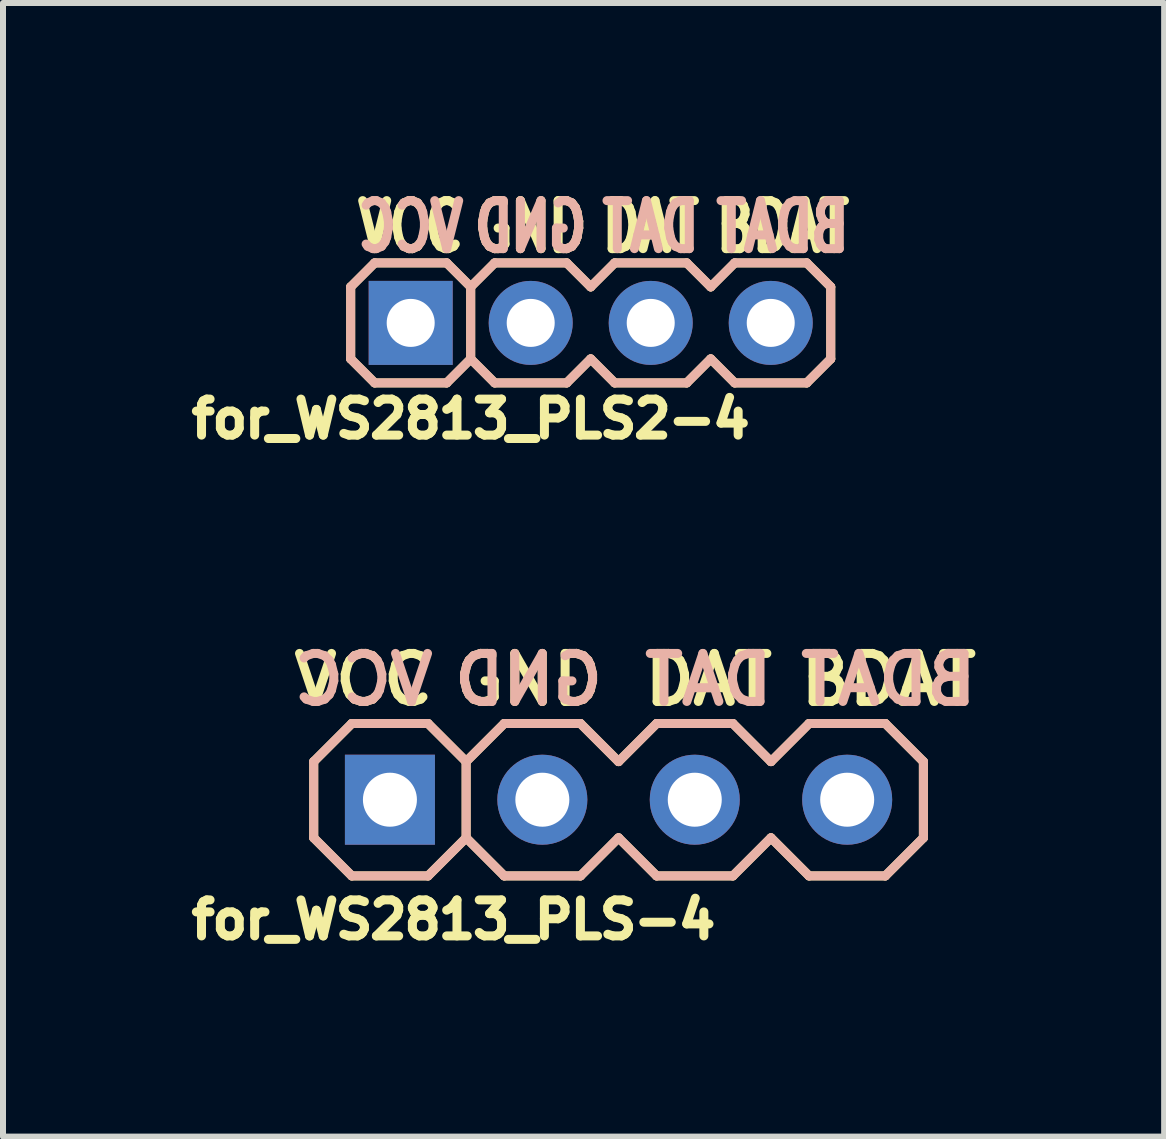
<source format=kicad_pcb>
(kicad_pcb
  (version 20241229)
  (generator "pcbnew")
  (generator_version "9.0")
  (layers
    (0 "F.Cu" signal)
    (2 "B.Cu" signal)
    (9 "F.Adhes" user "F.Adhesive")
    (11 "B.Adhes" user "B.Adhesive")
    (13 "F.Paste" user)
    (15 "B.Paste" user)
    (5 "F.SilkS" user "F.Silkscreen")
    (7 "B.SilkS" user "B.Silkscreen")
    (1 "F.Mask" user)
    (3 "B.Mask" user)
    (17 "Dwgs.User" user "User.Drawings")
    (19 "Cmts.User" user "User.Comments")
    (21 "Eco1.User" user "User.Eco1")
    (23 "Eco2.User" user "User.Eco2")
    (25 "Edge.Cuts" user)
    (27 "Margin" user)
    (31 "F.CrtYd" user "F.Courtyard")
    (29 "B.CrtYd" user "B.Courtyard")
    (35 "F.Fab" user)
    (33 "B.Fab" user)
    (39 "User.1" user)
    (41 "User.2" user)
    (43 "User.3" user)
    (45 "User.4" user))
  (footprint "for_WS2813_PLS2-4"
    (layer "F.Cu")
    (at 6.794 2.331)
    (property "Reference" "for_WS2813_PLS2-4" (at -2 1.6 0) (layer "F.SilkS") (effects (font (size 0.6 0.6) (thickness 0.15))))
    (attr through_hole)
    (fp_line (start -4 -0.6) (end -3.6 -1) (stroke (width 0.15) (type solid)) (layer "F.SilkS"))
    (fp_line (start -4 0.6) (end -4 -0.6) (stroke (width 0.15) (type solid)) (layer "F.SilkS"))
    (fp_line (start -3.6 -1) (end -2.4 -1) (stroke (width 0.15) (type solid)) (layer "F.SilkS"))
    (fp_line (start -3.6 1) (end -4 0.6) (stroke (width 0.15) (type solid)) (layer "F.SilkS"))
    (fp_line (start -2.4 1) (end -3.6 1) (stroke (width 0.15) (type solid)) (layer "F.SilkS"))
    (fp_line (start -2 -0.6) (end -2.4 -1) (stroke (width 0.15) (type solid)) (layer "F.SilkS"))
    (fp_line (start -2 -0.6) (end -1.6 -1) (stroke (width 0.15) (type solid)) (layer "F.SilkS"))
    (fp_line (start -2 0.6) (end -2.4 1) (stroke (width 0.15) (type solid)) (layer "F.SilkS"))
    (fp_line (start -2 0.6) (end -2 -0.6) (stroke (width 0.15) (type solid)) (layer "F.SilkS"))
    (fp_line (start -1.6 -1) (end -0.4 -1) (stroke (width 0.15) (type solid)) (layer "F.SilkS"))
    (fp_line (start -1.6 1) (end -2 0.6) (stroke (width 0.15) (type solid)) (layer "F.SilkS"))
    (fp_line (start -0.4 -1) (end 0 -0.6) (stroke (width 0.15) (type solid)) (layer "F.SilkS"))
    (fp_line (start -0.4 1) (end -1.6 1) (stroke (width 0.15) (type solid)) (layer "F.SilkS"))
    (fp_line (start 0 -0.6) (end 0.4 -1) (stroke (width 0.15) (type solid)) (layer "F.SilkS"))
    (fp_line (start 0 0.6) (end -0.4 1) (stroke (width 0.15) (type solid)) (layer "F.SilkS"))
    (fp_line (start 0.4 -1) (end 1.6 -1) (stroke (width 0.15) (type solid)) (layer "F.SilkS"))
    (fp_line (start 0.4 1) (end 0 0.6) (stroke (width 0.15) (type solid)) (layer "F.SilkS"))
    (fp_line (start 1.6 -1) (end 2 -0.6) (stroke (width 0.15) (type solid)) (layer "F.SilkS"))
    (fp_line (start 1.6 1) (end 0.4 1) (stroke (width 0.15) (type solid)) (layer "F.SilkS"))
    (fp_line (start 2 -0.6) (end 2.4 -1) (stroke (width 0.15) (type solid)) (layer "F.SilkS"))
    (fp_line (start 2 0.6) (end 1.6 1) (stroke (width 0.15) (type solid)) (layer "F.SilkS"))
    (fp_line (start 2.4 -1) (end 3.6 -1) (stroke (width 0.15) (type solid)) (layer "F.SilkS"))
    (fp_line (start 2.4 1) (end 2 0.6) (stroke (width 0.15) (type solid)) (layer "F.SilkS"))
    (fp_line (start 3.6 -1) (end 4 -0.6) (stroke (width 0.15) (type solid)) (layer "F.SilkS"))
    (fp_line (start 3.6 1) (end 2.4 1) (stroke (width 0.15) (type solid)) (layer "F.SilkS"))
    (fp_line (start 4 -0.6) (end 4 0.6) (stroke (width 0.15) (type solid)) (layer "F.SilkS"))
    (fp_line (start 4 0.6) (end 3.6 1) (stroke (width 0.15) (type solid)) (layer "F.SilkS"))
    (fp_line (start -4 -0.6) (end -3.6 -1) (stroke (width 0.15) (type solid)) (layer "B.SilkS"))
    (fp_line (start -4 0.6) (end -4 -0.6) (stroke (width 0.15) (type solid)) (layer "B.SilkS"))
    (fp_line (start -3.6 -1) (end -2.4 -1) (stroke (width 0.15) (type solid)) (layer "B.SilkS"))
    (fp_line (start -3.6 1) (end -4 0.6) (stroke (width 0.15) (type solid)) (layer "B.SilkS"))
    (fp_line (start -2.4 -1) (end -2 -0.6) (stroke (width 0.15) (type solid)) (layer "B.SilkS"))
    (fp_line (start -2.4 1) (end -3.6 1) (stroke (width 0.15) (type solid)) (layer "B.SilkS"))
    (fp_line (start -2 -0.6) (end -2 0.6) (stroke (width 0.15) (type solid)) (layer "B.SilkS"))
    (fp_line (start -2 0.6) (end -2.4 1) (stroke (width 0.15) (type solid)) (layer "B.SilkS"))
    (fp_line (start -2 0.6) (end -1.6 1) (stroke (width 0.15) (type solid)) (layer "B.SilkS"))
    (fp_line (start -1.6 -1) (end -2 -0.6) (stroke (width 0.15) (type solid)) (layer "B.SilkS"))
    (fp_line (start -1.6 1) (end -0.4 1) (stroke (width 0.15) (type solid)) (layer "B.SilkS"))
    (fp_line (start -0.4 -1) (end -1.6 -1) (stroke (width 0.15) (type solid)) (layer "B.SilkS"))
    (fp_line (start -0.4 1) (end 0 0.6) (stroke (width 0.15) (type solid)) (layer "B.SilkS"))
    (fp_line (start 0 -0.6) (end -0.4 -1) (stroke (width 0.15) (type solid)) (layer "B.SilkS"))
    (fp_line (start 0 0.6) (end 0.4 1) (stroke (width 0.15) (type solid)) (layer "B.SilkS"))
    (fp_line (start 0.4 -1) (end 0 -0.6) (stroke (width 0.15) (type solid)) (layer "B.SilkS"))
    (fp_line (start 0.4 1) (end 1.6 1) (stroke (width 0.15) (type solid)) (layer "B.SilkS"))
    (fp_line (start 1.6 -1) (end 0.4 -1) (stroke (width 0.15) (type solid)) (layer "B.SilkS"))
    (fp_line (start 1.6 1) (end 2 0.6) (stroke (width 0.15) (type solid)) (layer "B.SilkS"))
    (fp_line (start 2 -0.6) (end 1.6 -1) (stroke (width 0.15) (type solid)) (layer "B.SilkS"))
    (fp_line (start 2 0.6) (end 2.4 1) (stroke (width 0.15) (type solid)) (layer "B.SilkS"))
    (fp_line (start 2.4 -1) (end 2 -0.6) (stroke (width 0.15) (type solid)) (layer "B.SilkS"))
    (fp_line (start 2.4 1) (end 3.6 1) (stroke (width 0.15) (type solid)) (layer "B.SilkS"))
    (fp_line (start 3.6 -1) (end 2.4 -1) (stroke (width 0.15) (type solid)) (layer "B.SilkS"))
    (fp_line (start 3.6 1) (end 4 0.6) (stroke (width 0.15) (type solid)) (layer "B.SilkS"))
    (fp_line (start 4 -0.6) (end 3.6 -1) (stroke (width 0.15) (type solid)) (layer "B.SilkS"))
    (fp_line (start 4 0.6) (end 4 -0.6) (stroke (width 0.15) (type solid)) (layer "B.SilkS"))
    (fp_text user "VCC" (at -3 -1.6 0) (layer "F.SilkS") (effects (font (size 0.8 0.6) (thickness 0.15))))
    (fp_text user "DAT" (at 1 -1.6 0) (layer "F.SilkS") (effects (font (size 0.8 0.6) (thickness 0.15))))
    (fp_text user "BDAT" (at 3.2 -1.6 0) (layer "F.SilkS") (effects (font (size 0.8 0.6) (thickness 0.15))))
    (fp_text user "GND" (at -1 -1.6 0) (layer "F.SilkS") (effects (font (size 0.8 0.6) (thickness 0.15))))
    (fp_text user "GND" (at -1 -1.6 0) (layer "B.SilkS") (effects (font (size 0.8 0.6) (thickness 0.15)) (justify mirror)))
    (fp_text user "DAT" (at 1 -1.6 0) (layer "B.SilkS") (effects (font (size 0.8 0.6) (thickness 0.15)) (justify mirror)))
    (fp_text user "VCC" (at -3 -1.6 0) (layer "B.SilkS") (effects (font (size 0.8 0.6) (thickness 0.15)) (justify mirror)))
    (fp_text user "BDAT" (at 3.2 -1.6 0) (layer "B.SilkS") (effects (font (size 0.8 0.6) (thickness 0.15)) (justify mirror)))
    (pad "1" thru_hole rect (at -3 0) (size 1.4 1.4) (drill 0.8) (layers "*.Cu" "*.Mask"))
    (pad "2" thru_hole circle (at -1 0) (size 1.4 1.4) (drill 0.8) (layers "*.Cu" "*.Mask"))
    (pad "3" thru_hole circle (at 1 0) (size 1.4 1.4) (drill 0.8) (layers "*.Cu" "*.Mask"))
    (pad "4" thru_hole circle (at 3 0) (size 1.4 1.4) (drill 0.8) (layers "*.Cu" "*.Mask")))
  (footprint "for_WS2813_PLS-4"
    (layer "F.Cu")
    (at 7.258 10.277)
    (property "Reference" "for_WS2813_PLS-4" (at -2.75 2 0) (layer "F.SilkS") (effects (font (size 0.6 0.6) (thickness 0.15))))
    (attr through_hole)
    (fp_line (start -5.08 0.635) (end -5.08 -0.635) (stroke (width 0.15) (type solid)) (layer "F.SilkS"))
    (fp_line (start -4.445 -1.27) (end -5.08 -0.635) (stroke (width 0.15) (type solid)) (layer "F.SilkS"))
    (fp_line (start -4.445 1.27) (end -5.08 0.635) (stroke (width 0.15) (type solid)) (layer "F.SilkS"))
    (fp_line (start -3.175 -1.27) (end -4.445 -1.27) (stroke (width 0.15) (type solid)) (layer "F.SilkS"))
    (fp_line (start -3.175 1.27) (end -4.445 1.27) (stroke (width 0.15) (type solid)) (layer "F.SilkS"))
    (fp_line (start -2.54 -0.635) (end -3.175 -1.27) (stroke (width 0.15) (type solid)) (layer "F.SilkS"))
    (fp_line (start -2.54 -0.635) (end -2.54 0.635) (stroke (width 0.15) (type solid)) (layer "F.SilkS"))
    (fp_line (start -2.54 0.635) (end -3.175 1.27) (stroke (width 0.15) (type solid)) (layer "F.SilkS"))
    (fp_line (start -1.905 -1.27) (end -2.54 -0.635) (stroke (width 0.15) (type solid)) (layer "F.SilkS"))
    (fp_line (start -1.905 1.27) (end -2.54 0.635) (stroke (width 0.15) (type solid)) (layer "F.SilkS"))
    (fp_line (start -0.635 -1.27) (end -1.905 -1.27) (stroke (width 0.15) (type solid)) (layer "F.SilkS"))
    (fp_line (start -0.635 1.27) (end -1.905 1.27) (stroke (width 0.15) (type solid)) (layer "F.SilkS"))
    (fp_line (start 0 -0.635) (end -0.635 -1.27) (stroke (width 0.15) (type solid)) (layer "F.SilkS"))
    (fp_line (start 0 0.635) (end -0.635 1.27) (stroke (width 0.15) (type solid)) (layer "F.SilkS"))
    (fp_line (start 0.635 -1.27) (end 0 -0.635) (stroke (width 0.15) (type solid)) (layer "F.SilkS"))
    (fp_line (start 0.635 1.27) (end 0 0.635) (stroke (width 0.15) (type solid)) (layer "F.SilkS"))
    (fp_line (start 1.905 -1.27) (end 0.635 -1.27) (stroke (width 0.15) (type solid)) (layer "F.SilkS"))
    (fp_line (start 1.905 1.27) (end 0.635 1.27) (stroke (width 0.15) (type solid)) (layer "F.SilkS"))
    (fp_line (start 2.54 -0.635) (end 1.905 -1.27) (stroke (width 0.15) (type solid)) (layer "F.SilkS"))
    (fp_line (start 2.54 0.635) (end 1.905 1.27) (stroke (width 0.15) (type solid)) (layer "F.SilkS"))
    (fp_line (start 3.175 -1.27) (end 2.54 -0.635) (stroke (width 0.15) (type solid)) (layer "F.SilkS"))
    (fp_line (start 3.175 1.27) (end 2.54 0.635) (stroke (width 0.15) (type solid)) (layer "F.SilkS"))
    (fp_line (start 4.445 -1.27) (end 3.175 -1.27) (stroke (width 0.15) (type solid)) (layer "F.SilkS"))
    (fp_line (start 4.445 1.27) (end 3.175 1.27) (stroke (width 0.15) (type solid)) (layer "F.SilkS"))
    (fp_line (start 5.08 -0.635) (end 4.445 -1.27) (stroke (width 0.15) (type solid)) (layer "F.SilkS"))
    (fp_line (start 5.08 -0.635) (end 5.08 0.635) (stroke (width 0.15) (type solid)) (layer "F.SilkS"))
    (fp_line (start 5.08 0.635) (end 4.445 1.27) (stroke (width 0.15) (type solid)) (layer "F.SilkS"))
    (fp_line (start -5.08 -0.635) (end -4.445 -1.27) (stroke (width 0.15) (type solid)) (layer "B.SilkS"))
    (fp_line (start -5.08 0.635) (end -5.08 -0.635) (stroke (width 0.15) (type solid)) (layer "B.SilkS"))
    (fp_line (start -4.445 -1.27) (end -3.175 -1.27) (stroke (width 0.15) (type solid)) (layer "B.SilkS"))
    (fp_line (start -4.445 1.27) (end -5.08 0.635) (stroke (width 0.15) (type solid)) (layer "B.SilkS"))
    (fp_line (start -3.175 -1.27) (end -2.54 -0.635) (stroke (width 0.15) (type solid)) (layer "B.SilkS"))
    (fp_line (start -3.175 1.27) (end -4.445 1.27) (stroke (width 0.15) (type solid)) (layer "B.SilkS"))
    (fp_line (start -2.54 -0.635) (end -2.54 0.635) (stroke (width 0.15) (type solid)) (layer "B.SilkS"))
    (fp_line (start -2.54 0.635) (end -3.175 1.27) (stroke (width 0.15) (type solid)) (layer "B.SilkS"))
    (fp_line (start -2.54 0.635) (end -1.905 1.27) (stroke (width 0.15) (type solid)) (layer "B.SilkS"))
    (fp_line (start -1.905 -1.27) (end -2.54 -0.635) (stroke (width 0.15) (type solid)) (layer "B.SilkS"))
    (fp_line (start -1.905 1.27) (end -0.635 1.27) (stroke (width 0.15) (type solid)) (layer "B.SilkS"))
    (fp_line (start -0.635 -1.27) (end -1.905 -1.27) (stroke (width 0.15) (type solid)) (layer "B.SilkS"))
    (fp_line (start -0.635 1.27) (end 0 0.635) (stroke (width 0.15) (type solid)) (layer "B.SilkS"))
    (fp_line (start 0 -0.635) (end -0.635 -1.27) (stroke (width 0.15) (type solid)) (layer "B.SilkS"))
    (fp_line (start 0 0.635) (end 0.635 1.27) (stroke (width 0.15) (type solid)) (layer "B.SilkS"))
    (fp_line (start 0.635 -1.27) (end 0 -0.635) (stroke (width 0.15) (type solid)) (layer "B.SilkS"))
    (fp_line (start 0.635 1.27) (end 1.905 1.27) (stroke (width 0.15) (type solid)) (layer "B.SilkS"))
    (fp_line (start 1.905 -1.27) (end 0.635 -1.27) (stroke (width 0.15) (type solid)) (layer "B.SilkS"))
    (fp_line (start 1.905 1.27) (end 2.54 0.635) (stroke (width 0.15) (type solid)) (layer "B.SilkS"))
    (fp_line (start 2.54 -0.635) (end 1.905 -1.27) (stroke (width 0.15) (type solid)) (layer "B.SilkS"))
    (fp_line (start 2.54 0.635) (end 3.175 1.27) (stroke (width 0.15) (type solid)) (layer "B.SilkS"))
    (fp_line (start 3.175 -1.27) (end 2.54 -0.635) (stroke (width 0.15) (type solid)) (layer "B.SilkS"))
    (fp_line (start 3.175 1.27) (end 4.445 1.27) (stroke (width 0.15) (type solid)) (layer "B.SilkS"))
    (fp_line (start 4.445 -1.27) (end 3.175 -1.27) (stroke (width 0.15) (type solid)) (layer "B.SilkS"))
    (fp_line (start 4.445 1.27) (end 5.08 0.635) (stroke (width 0.15) (type solid)) (layer "B.SilkS"))
    (fp_line (start 5.08 -0.635) (end 4.445 -1.27) (stroke (width 0.15) (type solid)) (layer "B.SilkS"))
    (fp_line (start 5.08 0.635) (end 5.08 -0.635) (stroke (width 0.15) (type solid)) (layer "B.SilkS"))
    (fp_text user "BDAT" (at 4.5 -2 0) (layer "F.SilkS") (effects (font (size 0.8 0.8) (thickness 0.15))))
    (fp_text user "DAT" (at 1.5 -2 0) (layer "F.SilkS") (effects (font (size 0.8 0.8) (thickness 0.15))))
    (fp_text user "GND" (at -1.5 -2 0) (layer "F.SilkS") (effects (font (size 0.8 0.8) (thickness 0.15))))
    (fp_text user "VCC" (at -4.25 -2 0) (layer "F.SilkS") (effects (font (size 0.8 0.8) (thickness 0.15))))
    (fp_text user "VCC" (at -4.25 -2 0) (layer "B.SilkS") (effects (font (size 0.8 0.8) (thickness 0.15)) (justify mirror)))
    (fp_text user "BDAT" (at 4.5 -2 0) (layer "B.SilkS") (effects (font (size 0.8 0.8) (thickness 0.15)) (justify mirror)))
    (fp_text user "GND" (at -1.5 -2 0) (layer "B.SilkS") (effects (font (size 0.8 0.8) (thickness 0.15)) (justify mirror)))
    (fp_text user "DAT" (at 1.5 -2 0) (layer "B.SilkS") (effects (font (size 0.8 0.8) (thickness 0.15)) (justify mirror)))
    (pad "1" thru_hole rect (at -3.81 0) (size 1.5 1.5) (drill 0.9) (layers "*.Cu" "*.Mask"))
    (pad "2" thru_hole circle (at -1.27 0) (size 1.5 1.5) (drill 0.9) (layers "*.Cu" "*.Mask"))
    (pad "3" thru_hole circle (at 1.27 0) (size 1.5 1.5) (drill 0.9) (layers "*.Cu" "*.Mask"))
    (pad "4" thru_hole circle (at 3.81 0) (size 1.5 1.5) (drill 0.9) (layers "*.Cu" "*.Mask")))
  (gr_rect
    (start -3 -3)
    (end 16.35 15.891)
    (stroke (width 0.1) (type default))
    (fill no)
    (layer "Edge.Cuts")))
</source>
